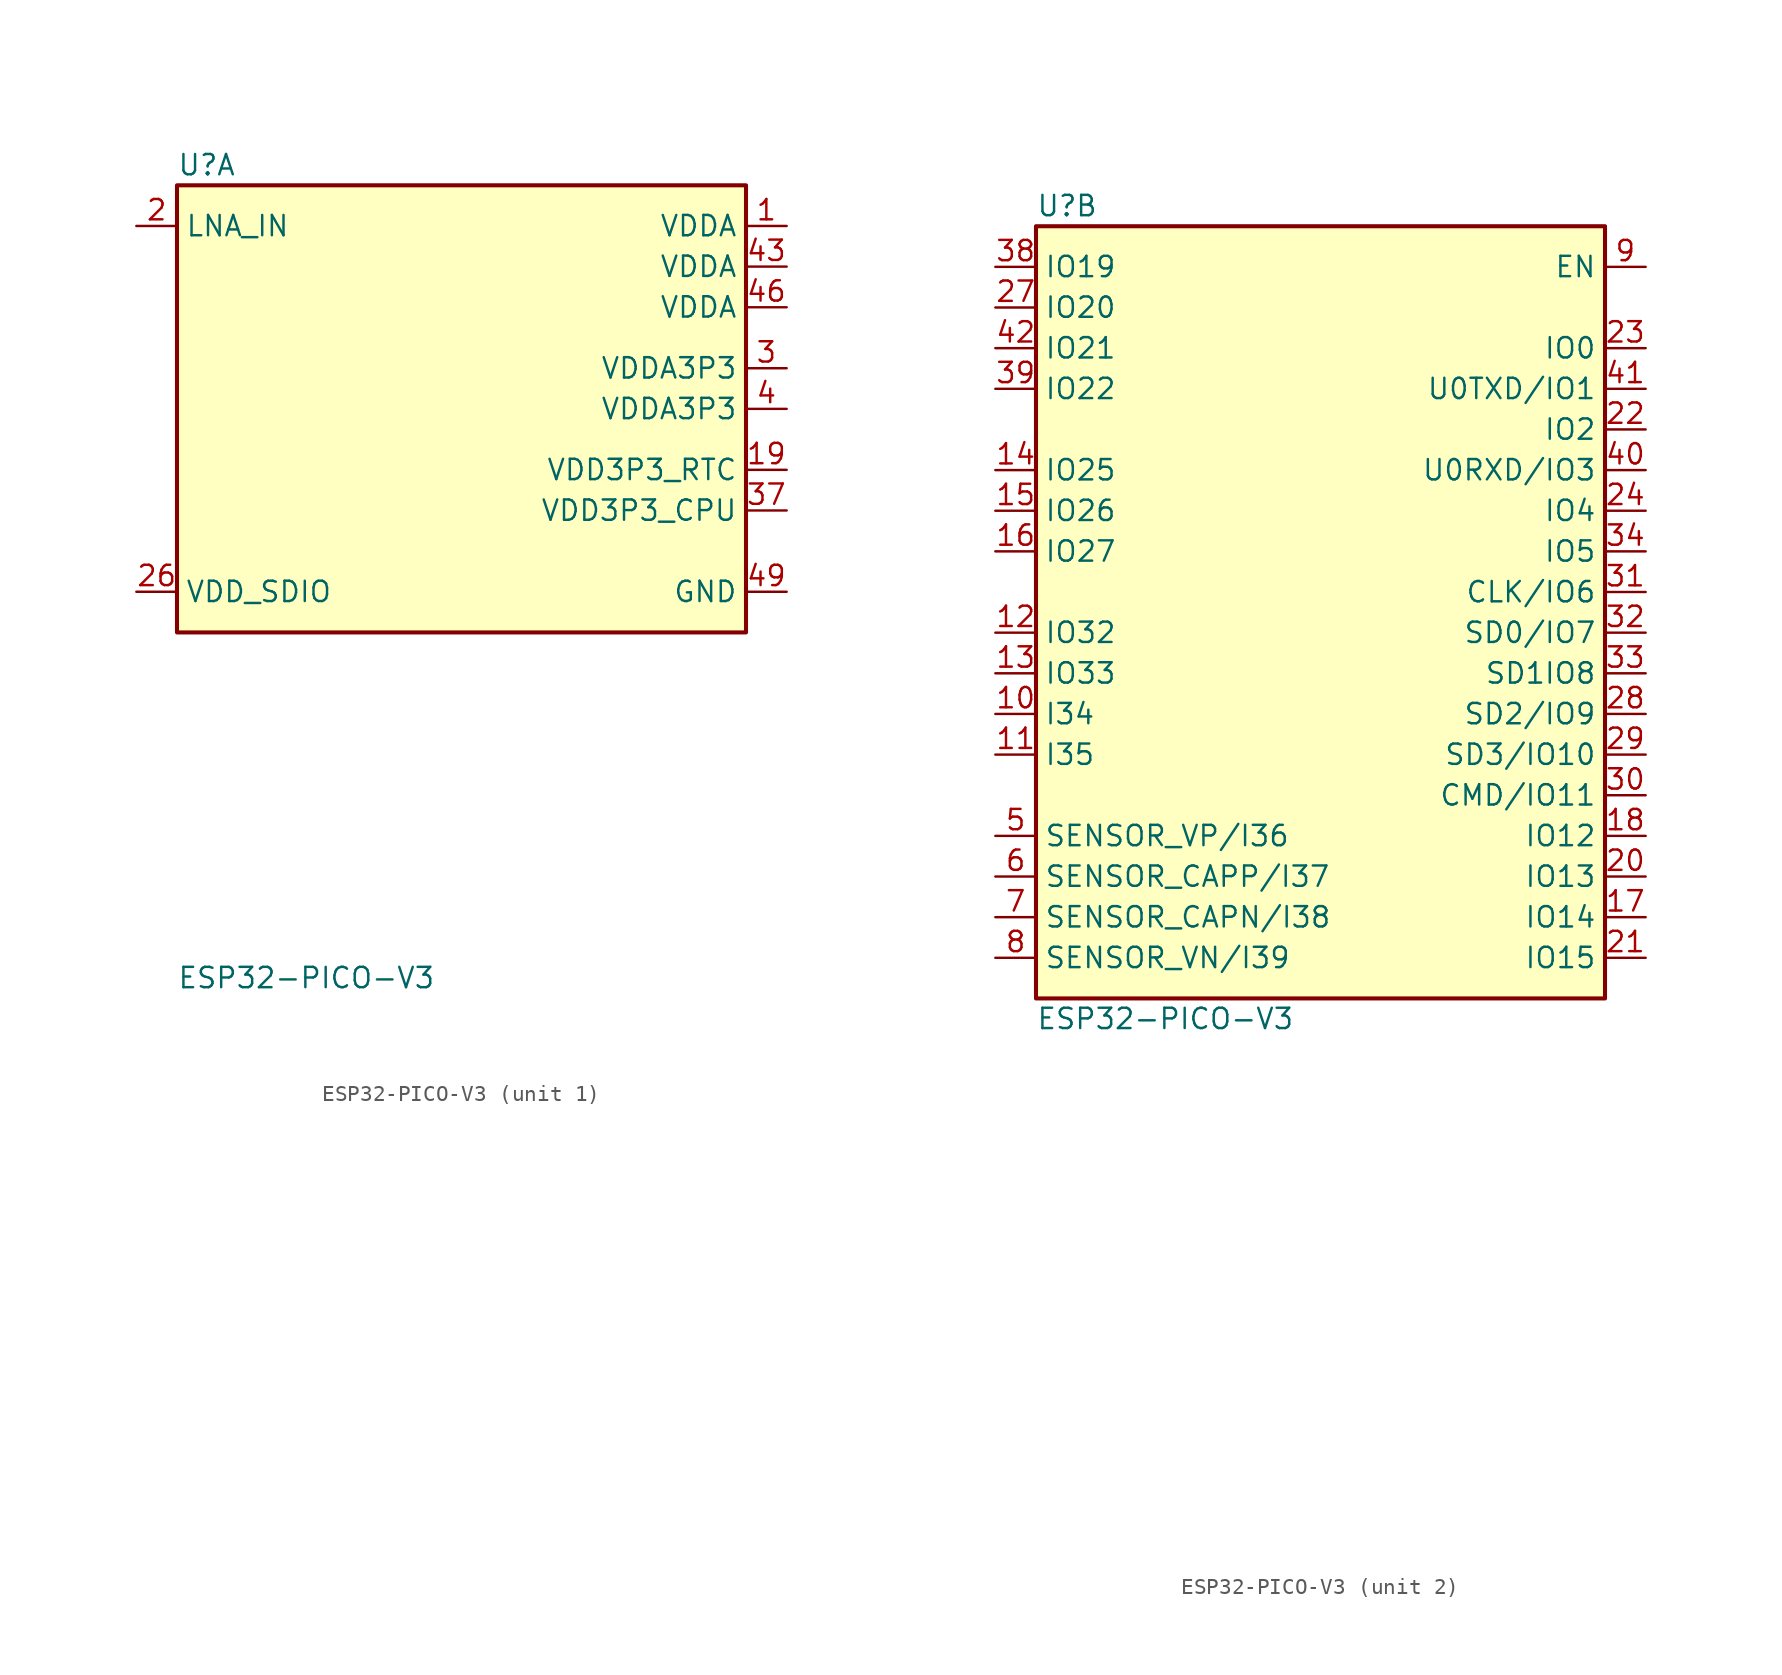
<source format=kicad_sym>
(kicad_symbol_lib
  (version 20231120)
  (generator "kicad_symbol_editor")
  (generator_version "8.0")
  (symbol "ESP32-PICO-V3"
    (property "Reference" "U"
      (at -17.78 15.24 0)
      (effects (font (size 1.27 1.27)) (justify left)))
    (property "Value" "ESP32-PICO-V3"
      (at -17.78 -35.56 0)
      (effects (font (size 1.27 1.27)) (justify left)))
    (property "ki_locked" ""
      (at 0 0 0)
      (effects (font (size 1.27 1.27))))
    (symbol "ESP32-PICO-V3_1_0"
      (pin power_in line (at 20.32 11.43 180) (length 2.54) (name "VDDA" (effects (font (size 1.27 1.27)))) (number "1" (effects (font (size 1.27 1.27)))))
      (pin power_in line (at 20.32 -3.81 180) (length 2.54) (name "VDD3P3_RTC" (effects (font (size 1.27 1.27)))) (number "19" (effects (font (size 1.27 1.27)))))
      (pin bidirectional line (at -20.32 11.43 0) (length 2.54) (name "LNA_IN" (effects (font (size 1.27 1.27)))) (number "2" (effects (font (size 1.27 1.27)))))
      (pin power_out line (at -20.32 -11.43 0) (length 2.54) (name "VDD_SDIO" (effects (font (size 1.27 1.27)))) (number "26" (effects (font (size 1.27 1.27)))))
      (pin power_in line (at 20.32 2.54 180) (length 2.54) (name "VDDA3P3" (effects (font (size 1.27 1.27)))) (number "3" (effects (font (size 1.27 1.27)))))
      (pin power_in line (at 20.32 -6.35 180) (length 2.54) (name "VDD3P3_CPU" (effects (font (size 1.27 1.27)))) (number "37" (effects (font (size 1.27 1.27)))))
      (pin passive line (at 20.32 0 180) (length 2.54) (name "VDDA3P3" (effects (font (size 1.27 1.27)))) (number "4" (effects (font (size 1.27 1.27)))))
      (pin power_in line (at 20.32 8.89 180) (length 2.54) (name "VDDA" (effects (font (size 1.27 1.27)))) (number "43" (effects (font (size 1.27 1.27)))))
      (pin power_in line (at 20.32 6.35 180) (length 2.54) (name "VDDA" (effects (font (size 1.27 1.27)))) (number "46" (effects (font (size 1.27 1.27)))))
      (pin power_in line (at 20.32 -11.43 180) (length 2.54) (name "GND" (effects (font (size 1.27 1.27)))) (number "49" (effects (font (size 1.27 1.27))))))
    (symbol "ESP32-PICO-V3_1_1"
      (rectangle (start -17.78 13.97) (end 17.78 -13.97) (stroke (width 0.254) (type default)) (fill (type background))))
    (symbol "ESP32-PICO-V3_2_0"
      (pin input line (at -20.32 -16.51 0) (length 2.54) (name "I34" (effects (font (size 1.27 1.27)))) (number "10" (effects (font (size 1.27 1.27)))))
      (pin input line (at -20.32 -19.05 0) (length 2.54) (name "I35" (effects (font (size 1.27 1.27)))) (number "11" (effects (font (size 1.27 1.27)))))
      (pin bidirectional line (at -20.32 -11.43 0) (length 2.54) (name "IO32" (effects (font (size 1.27 1.27)))) (number "12" (effects (font (size 1.27 1.27)))))
      (pin bidirectional line (at -20.32 -13.97 0) (length 2.54) (name "IO33" (effects (font (size 1.27 1.27)))) (number "13" (effects (font (size 1.27 1.27)))))
      (pin bidirectional line (at -20.32 -1.27 0) (length 2.54) (name "IO25" (effects (font (size 1.27 1.27)))) (number "14" (effects (font (size 1.27 1.27)))))
      (pin bidirectional line (at -20.32 -3.81 0) (length 2.54) (name "IO26" (effects (font (size 1.27 1.27)))) (number "15" (effects (font (size 1.27 1.27)))))
      (pin bidirectional line (at -20.32 -6.35 0) (length 2.54) (name "IO27" (effects (font (size 1.27 1.27)))) (number "16" (effects (font (size 1.27 1.27)))))
      (pin bidirectional line (at 20.32 -29.21 180) (length 2.54) (name "IO14" (effects (font (size 1.27 1.27)))) (number "17" (effects (font (size 1.27 1.27)))))
      (pin bidirectional line (at 20.32 -24.13 180) (length 2.54) (name "IO12" (effects (font (size 1.27 1.27)))) (number "18" (effects (font (size 1.27 1.27)))))
      (pin bidirectional line (at 20.32 -26.67 180) (length 2.54) (name "IO13" (effects (font (size 1.27 1.27)))) (number "20" (effects (font (size 1.27 1.27)))))
      (pin bidirectional line (at 20.32 -31.75 180) (length 2.54) (name "IO15" (effects (font (size 1.27 1.27)))) (number "21" (effects (font (size 1.27 1.27)))))
      (pin bidirectional line (at 20.32 1.27 180) (length 2.54) (name "IO2" (effects (font (size 1.27 1.27)))) (number "22" (effects (font (size 1.27 1.27)))))
      (pin bidirectional line (at 20.32 6.35 180) (length 2.54) (name "IO0" (effects (font (size 1.27 1.27)))) (number "23" (effects (font (size 1.27 1.27)))))
      (pin bidirectional line (at 20.32 -3.81 180) (length 2.54) (name "IO4" (effects (font (size 1.27 1.27)))) (number "24" (effects (font (size 1.27 1.27)))))
      (pin no_connect line (at 0 -46.99 0) (length 2.54) hide (name "NC" (effects (font (size 1.27 1.27)))) (number "25" (effects (font (size 1.27 1.27)))))
      (pin bidirectional line (at -20.32 8.89 0) (length 2.54) (name "IO20" (effects (font (size 1.27 1.27)))) (number "27" (effects (font (size 1.27 1.27)))))
      (pin bidirectional line (at 20.32 -16.51 180) (length 2.54) (name "SD2/IO9" (effects (font (size 1.27 1.27)))) (number "28" (effects (font (size 1.27 1.27)))))
      (pin bidirectional line (at 20.32 -19.05 180) (length 2.54) (name "SD3/IO10" (effects (font (size 1.27 1.27)))) (number "29" (effects (font (size 1.27 1.27)))))
      (pin bidirectional line (at 20.32 -21.59 180) (length 2.54) (name "CMD/IO11" (effects (font (size 1.27 1.27)))) (number "30" (effects (font (size 1.27 1.27)))))
      (pin bidirectional line (at 20.32 -8.89 180) (length 2.54) (name "CLK/IO6" (effects (font (size 1.27 1.27)))) (number "31" (effects (font (size 1.27 1.27)))))
      (pin bidirectional line (at 20.32 -11.43 180) (length 2.54) (name "SD0/IO7" (effects (font (size 1.27 1.27)))) (number "32" (effects (font (size 1.27 1.27)))))
      (pin bidirectional line (at 20.32 -13.97 180) (length 2.54) (name "SD1IO8" (effects (font (size 1.27 1.27)))) (number "33" (effects (font (size 1.27 1.27)))))
      (pin bidirectional line (at 20.32 -6.35 180) (length 2.54) (name "IO5" (effects (font (size 1.27 1.27)))) (number "34" (effects (font (size 1.27 1.27)))))
      (pin no_connect line (at 0 -49.53 0) (length 2.54) hide (name "NC" (effects (font (size 1.27 1.27)))) (number "35" (effects (font (size 1.27 1.27)))))
      (pin no_connect line (at 0 -52.07 0) (length 2.54) hide (name "NC" (effects (font (size 1.27 1.27)))) (number "36" (effects (font (size 1.27 1.27)))))
      (pin bidirectional line (at -20.32 11.43 0) (length 2.54) (name "IO19" (effects (font (size 1.27 1.27)))) (number "38" (effects (font (size 1.27 1.27)))))
      (pin bidirectional line (at -20.32 3.81 0) (length 2.54) (name "IO22" (effects (font (size 1.27 1.27)))) (number "39" (effects (font (size 1.27 1.27)))))
      (pin bidirectional line (at 20.32 -1.27 180) (length 2.54) (name "U0RXD/IO3" (effects (font (size 1.27 1.27)))) (number "40" (effects (font (size 1.27 1.27)))))
      (pin bidirectional line (at 20.32 3.81 180) (length 2.54) (name "U0TXD/IO1" (effects (font (size 1.27 1.27)))) (number "41" (effects (font (size 1.27 1.27)))))
      (pin bidirectional line (at -20.32 6.35 0) (length 2.54) (name "IO21" (effects (font (size 1.27 1.27)))) (number "42" (effects (font (size 1.27 1.27)))))
      (pin no_connect line (at 0 -54.61 0) (length 2.54) hide (name "NC" (effects (font (size 1.27 1.27)))) (number "44" (effects (font (size 1.27 1.27)))))
      (pin no_connect line (at 0 -57.15 0) (length 2.54) hide (name "NC" (effects (font (size 1.27 1.27)))) (number "45" (effects (font (size 1.27 1.27)))))
      (pin no_connect line (at 0 -59.69 0) (length 2.54) hide (name "NC" (effects (font (size 1.27 1.27)))) (number "47" (effects (font (size 1.27 1.27)))))
      (pin no_connect line (at 0 -62.23 0) (length 2.54) hide (name "NC" (effects (font (size 1.27 1.27)))) (number "48" (effects (font (size 1.27 1.27)))))
      (pin input line (at -20.32 -24.13 0) (length 2.54) (name "SENSOR_VP/I36" (effects (font (size 1.27 1.27)))) (number "5" (effects (font (size 1.27 1.27)))))
      (pin input line (at -20.32 -26.67 0) (length 2.54) (name "SENSOR_CAPP/I37" (effects (font (size 1.27 1.27)))) (number "6" (effects (font (size 1.27 1.27)))))
      (pin input line (at -20.32 -29.21 0) (length 2.54) (name "SENSOR_CAPN/I38" (effects (font (size 1.27 1.27)))) (number "7" (effects (font (size 1.27 1.27)))))
      (pin input line (at -20.32 -31.75 0) (length 2.54) (name "SENSOR_VN/I39" (effects (font (size 1.27 1.27)))) (number "8" (effects (font (size 1.27 1.27)))))
      (pin input line (at 20.32 11.43 180) (length 2.54) (name "EN" (effects (font (size 1.27 1.27)))) (number "9" (effects (font (size 1.27 1.27))))))
    (symbol "ESP32-PICO-V3_2_1"
      (rectangle (start -17.78 13.97) (end 17.78 -34.29) (stroke (width 0.254) (type default)) (fill (type background))))))
</source>
